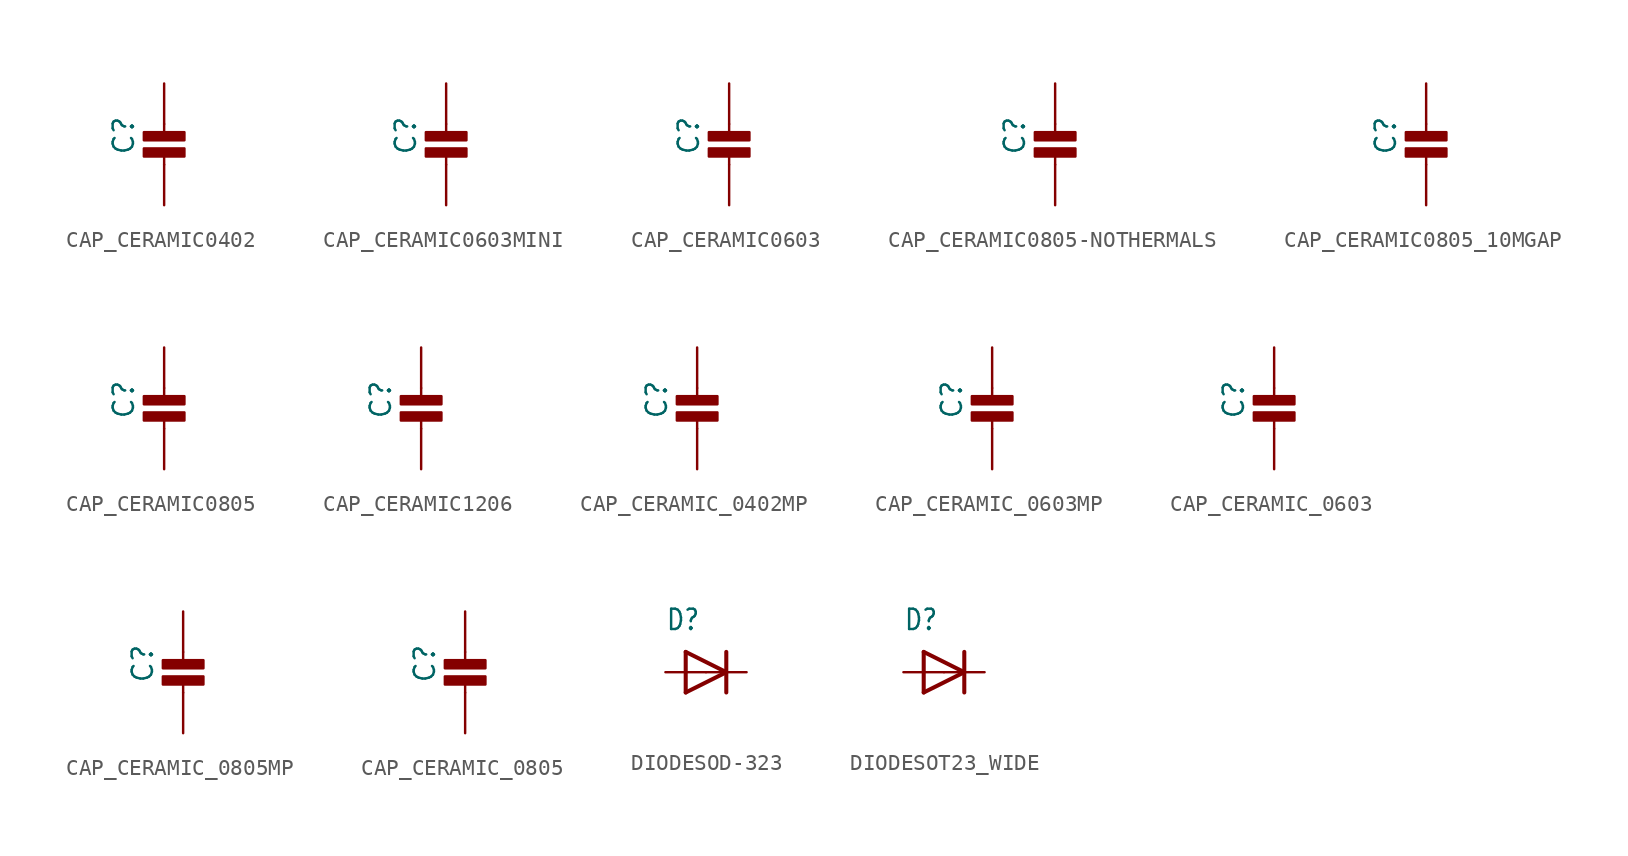
<source format=kicad_sym>
(kicad_symbol_lib
  (version 20231120)
  (generator "kicad_symbol_editor")
  (generator_version "8.0")
  (symbol "CAP_CERAMIC0402"
    (property "Reference" "C"
      (at -1.79 0.54 90)
      (effects (font (size 1.27 1.27)) (justify left bottom)))
    (property "Value" ""
      (at 3 0.54 90)
      (effects (font (size 1.27 1.27)) (justify left bottom)))
    (property "ki_locked" ""
      (at 0 0 0)
      (effects (font (size 1.27 1.27))))
    (symbol "CAP_CERAMIC0402_1_0"
      (rectangle (start -1.27 0.508) (end 1.27 1.016) (stroke (width 0) (type default)) (fill (type outline)))
      (rectangle (start -1.27 1.524) (end 1.27 2.032) (stroke (width 0) (type default)) (fill (type outline)))
      (polyline (pts (xy 0 0.762) (xy 0 0)) (stroke (width 0.152) (type solid)) (fill (type none)))
      (polyline (pts (xy 0 2.54) (xy 0 1.778)) (stroke (width 0.152) (type solid)) (fill (type none)))
      (pin passive line (at 0 5.08 270) (length 2.54) (name "1" (effects (font (size 0 0)))) (number "1" (effects (font (size 0 0)))))
      (pin passive line (at 0 -2.54 90) (length 2.54) (name "2" (effects (font (size 0 0)))) (number "2" (effects (font (size 0 0)))))))
  (symbol "CAP_CERAMIC0603MINI"
    (property "Reference" "C"
      (at -1.79 0.54 90)
      (effects (font (size 1.27 1.27)) (justify left bottom)))
    (property "Value" ""
      (at 3 0.54 90)
      (effects (font (size 1.27 1.27)) (justify left bottom)))
    (property "ki_locked" ""
      (at 0 0 0)
      (effects (font (size 1.27 1.27))))
    (symbol "CAP_CERAMIC0603MINI_1_0"
      (rectangle (start -1.27 0.508) (end 1.27 1.016) (stroke (width 0) (type default)) (fill (type outline)))
      (rectangle (start -1.27 1.524) (end 1.27 2.032) (stroke (width 0) (type default)) (fill (type outline)))
      (polyline (pts (xy 0 0.762) (xy 0 0)) (stroke (width 0.152) (type solid)) (fill (type none)))
      (polyline (pts (xy 0 2.54) (xy 0 1.778)) (stroke (width 0.152) (type solid)) (fill (type none)))
      (pin passive line (at 0 5.08 270) (length 2.54) (name "1" (effects (font (size 0 0)))) (number "1" (effects (font (size 0 0)))))
      (pin passive line (at 0 -2.54 90) (length 2.54) (name "2" (effects (font (size 0 0)))) (number "2" (effects (font (size 0 0)))))))
  (symbol "CAP_CERAMIC0603"
    (property "Reference" "C"
      (at -1.79 0.54 90)
      (effects (font (size 1.27 1.27)) (justify left bottom)))
    (property "Value" ""
      (at 3 0.54 90)
      (effects (font (size 1.27 1.27)) (justify left bottom)))
    (property "ki_locked" ""
      (at 0 0 0)
      (effects (font (size 1.27 1.27))))
    (symbol "CAP_CERAMIC0603_1_0"
      (rectangle (start -1.27 0.508) (end 1.27 1.016) (stroke (width 0) (type default)) (fill (type outline)))
      (rectangle (start -1.27 1.524) (end 1.27 2.032) (stroke (width 0) (type default)) (fill (type outline)))
      (polyline (pts (xy 0 0.762) (xy 0 0)) (stroke (width 0.152) (type solid)) (fill (type none)))
      (polyline (pts (xy 0 2.54) (xy 0 1.778)) (stroke (width 0.152) (type solid)) (fill (type none)))
      (pin passive line (at 0 5.08 270) (length 2.54) (name "1" (effects (font (size 0 0)))) (number "1" (effects (font (size 0 0)))))
      (pin passive line (at 0 -2.54 90) (length 2.54) (name "2" (effects (font (size 0 0)))) (number "2" (effects (font (size 0 0)))))))
  (symbol "CAP_CERAMIC0805-NOTHERMALS"
    (property "Reference" "C"
      (at -1.79 0.54 90)
      (effects (font (size 1.27 1.27)) (justify left bottom)))
    (property "Value" ""
      (at 3 0.54 90)
      (effects (font (size 1.27 1.27)) (justify left bottom)))
    (property "ki_locked" ""
      (at 0 0 0)
      (effects (font (size 1.27 1.27))))
    (symbol "CAP_CERAMIC0805-NOTHERMALS_1_0"
      (rectangle (start -1.27 0.508) (end 1.27 1.016) (stroke (width 0) (type default)) (fill (type outline)))
      (rectangle (start -1.27 1.524) (end 1.27 2.032) (stroke (width 0) (type default)) (fill (type outline)))
      (polyline (pts (xy 0 0.762) (xy 0 0)) (stroke (width 0.152) (type solid)) (fill (type none)))
      (polyline (pts (xy 0 2.54) (xy 0 1.778)) (stroke (width 0.152) (type solid)) (fill (type none)))
      (pin passive line (at 0 5.08 270) (length 2.54) (name "1" (effects (font (size 0 0)))) (number "1" (effects (font (size 0 0)))))
      (pin passive line (at 0 -2.54 90) (length 2.54) (name "2" (effects (font (size 0 0)))) (number "2" (effects (font (size 0 0)))))))
  (symbol "CAP_CERAMIC0805_10MGAP"
    (property "Reference" "C"
      (at -1.79 0.54 90)
      (effects (font (size 1.27 1.27)) (justify left bottom)))
    (property "Value" ""
      (at 3 0.54 90)
      (effects (font (size 1.27 1.27)) (justify left bottom)))
    (property "ki_locked" ""
      (at 0 0 0)
      (effects (font (size 1.27 1.27))))
    (symbol "CAP_CERAMIC0805_10MGAP_1_0"
      (rectangle (start -1.27 0.508) (end 1.27 1.016) (stroke (width 0) (type default)) (fill (type outline)))
      (rectangle (start -1.27 1.524) (end 1.27 2.032) (stroke (width 0) (type default)) (fill (type outline)))
      (polyline (pts (xy 0 0.762) (xy 0 0)) (stroke (width 0.152) (type solid)) (fill (type none)))
      (polyline (pts (xy 0 2.54) (xy 0 1.778)) (stroke (width 0.152) (type solid)) (fill (type none)))
      (pin passive line (at 0 5.08 270) (length 2.54) (name "1" (effects (font (size 0 0)))) (number "1" (effects (font (size 0 0)))))
      (pin passive line (at 0 -2.54 90) (length 2.54) (name "2" (effects (font (size 0 0)))) (number "2" (effects (font (size 0 0)))))))
  (symbol "CAP_CERAMIC0805"
    (property "Reference" "C"
      (at -1.79 0.54 90)
      (effects (font (size 1.27 1.27)) (justify left bottom)))
    (property "Value" ""
      (at 3 0.54 90)
      (effects (font (size 1.27 1.27)) (justify left bottom)))
    (property "ki_locked" ""
      (at 0 0 0)
      (effects (font (size 1.27 1.27))))
    (symbol "CAP_CERAMIC0805_1_0"
      (rectangle (start -1.27 0.508) (end 1.27 1.016) (stroke (width 0) (type default)) (fill (type outline)))
      (rectangle (start -1.27 1.524) (end 1.27 2.032) (stroke (width 0) (type default)) (fill (type outline)))
      (polyline (pts (xy 0 0.762) (xy 0 0)) (stroke (width 0.152) (type solid)) (fill (type none)))
      (polyline (pts (xy 0 2.54) (xy 0 1.778)) (stroke (width 0.152) (type solid)) (fill (type none)))
      (pin passive line (at 0 5.08 270) (length 2.54) (name "1" (effects (font (size 0 0)))) (number "1" (effects (font (size 0 0)))))
      (pin passive line (at 0 -2.54 90) (length 2.54) (name "2" (effects (font (size 0 0)))) (number "2" (effects (font (size 0 0)))))))
  (symbol "CAP_CERAMIC1206"
    (property "Reference" "C"
      (at -1.79 0.54 90)
      (effects (font (size 1.27 1.27)) (justify left bottom)))
    (property "Value" ""
      (at 3 0.54 90)
      (effects (font (size 1.27 1.27)) (justify left bottom)))
    (property "ki_locked" ""
      (at 0 0 0)
      (effects (font (size 1.27 1.27))))
    (symbol "CAP_CERAMIC1206_1_0"
      (rectangle (start -1.27 0.508) (end 1.27 1.016) (stroke (width 0) (type default)) (fill (type outline)))
      (rectangle (start -1.27 1.524) (end 1.27 2.032) (stroke (width 0) (type default)) (fill (type outline)))
      (polyline (pts (xy 0 0.762) (xy 0 0)) (stroke (width 0.152) (type solid)) (fill (type none)))
      (polyline (pts (xy 0 2.54) (xy 0 1.778)) (stroke (width 0.152) (type solid)) (fill (type none)))
      (pin passive line (at 0 5.08 270) (length 2.54) (name "1" (effects (font (size 0 0)))) (number "1" (effects (font (size 0 0)))))
      (pin passive line (at 0 -2.54 90) (length 2.54) (name "2" (effects (font (size 0 0)))) (number "2" (effects (font (size 0 0)))))))
  (symbol "CAP_CERAMIC_0402MP"
    (property "Reference" "C"
      (at -1.79 0.54 90)
      (effects (font (size 1.27 1.27)) (justify left bottom)))
    (property "Value" ""
      (at 3 0.54 90)
      (effects (font (size 1.27 1.27)) (justify left bottom)))
    (property "ki_locked" ""
      (at 0 0 0)
      (effects (font (size 1.27 1.27))))
    (symbol "CAP_CERAMIC_0402MP_1_0"
      (rectangle (start -1.27 0.508) (end 1.27 1.016) (stroke (width 0) (type default)) (fill (type outline)))
      (rectangle (start -1.27 1.524) (end 1.27 2.032) (stroke (width 0) (type default)) (fill (type outline)))
      (polyline (pts (xy 0 0.762) (xy 0 0)) (stroke (width 0.152) (type solid)) (fill (type none)))
      (polyline (pts (xy 0 2.54) (xy 0 1.778)) (stroke (width 0.152) (type solid)) (fill (type none)))
      (pin passive line (at 0 5.08 270) (length 2.54) (name "1" (effects (font (size 0 0)))) (number "1" (effects (font (size 0 0)))))
      (pin passive line (at 0 -2.54 90) (length 2.54) (name "2" (effects (font (size 0 0)))) (number "2" (effects (font (size 0 0)))))))
  (symbol "CAP_CERAMIC_0603MP"
    (property "Reference" "C"
      (at -1.79 0.54 90)
      (effects (font (size 1.27 1.27)) (justify left bottom)))
    (property "Value" ""
      (at 3 0.54 90)
      (effects (font (size 1.27 1.27)) (justify left bottom)))
    (property "ki_locked" ""
      (at 0 0 0)
      (effects (font (size 1.27 1.27))))
    (symbol "CAP_CERAMIC_0603MP_1_0"
      (rectangle (start -1.27 0.508) (end 1.27 1.016) (stroke (width 0) (type default)) (fill (type outline)))
      (rectangle (start -1.27 1.524) (end 1.27 2.032) (stroke (width 0) (type default)) (fill (type outline)))
      (polyline (pts (xy 0 0.762) (xy 0 0)) (stroke (width 0.152) (type solid)) (fill (type none)))
      (polyline (pts (xy 0 2.54) (xy 0 1.778)) (stroke (width 0.152) (type solid)) (fill (type none)))
      (pin passive line (at 0 5.08 270) (length 2.54) (name "1" (effects (font (size 0 0)))) (number "1" (effects (font (size 0 0)))))
      (pin passive line (at 0 -2.54 90) (length 2.54) (name "2" (effects (font (size 0 0)))) (number "2" (effects (font (size 0 0)))))))
  (symbol "CAP_CERAMIC_0603"
    (property "Reference" "C"
      (at -1.79 0.54 90)
      (effects (font (size 1.27 1.27)) (justify left bottom)))
    (property "Value" ""
      (at 3 0.54 90)
      (effects (font (size 1.27 1.27)) (justify left bottom)))
    (property "ki_locked" ""
      (at 0 0 0)
      (effects (font (size 1.27 1.27))))
    (symbol "CAP_CERAMIC_0603_1_0"
      (rectangle (start -1.27 0.508) (end 1.27 1.016) (stroke (width 0) (type default)) (fill (type outline)))
      (rectangle (start -1.27 1.524) (end 1.27 2.032) (stroke (width 0) (type default)) (fill (type outline)))
      (polyline (pts (xy 0 0.762) (xy 0 0)) (stroke (width 0.152) (type solid)) (fill (type none)))
      (polyline (pts (xy 0 2.54) (xy 0 1.778)) (stroke (width 0.152) (type solid)) (fill (type none)))
      (pin passive line (at 0 5.08 270) (length 2.54) (name "1" (effects (font (size 0 0)))) (number "1" (effects (font (size 0 0)))))
      (pin passive line (at 0 -2.54 90) (length 2.54) (name "2" (effects (font (size 0 0)))) (number "2" (effects (font (size 0 0)))))))
  (symbol "CAP_CERAMIC_0805MP"
    (property "Reference" "C"
      (at -1.79 0.54 90)
      (effects (font (size 1.27 1.27)) (justify left bottom)))
    (property "Value" ""
      (at 3 0.54 90)
      (effects (font (size 1.27 1.27)) (justify left bottom)))
    (property "ki_locked" ""
      (at 0 0 0)
      (effects (font (size 1.27 1.27))))
    (symbol "CAP_CERAMIC_0805MP_1_0"
      (rectangle (start -1.27 0.508) (end 1.27 1.016) (stroke (width 0) (type default)) (fill (type outline)))
      (rectangle (start -1.27 1.524) (end 1.27 2.032) (stroke (width 0) (type default)) (fill (type outline)))
      (polyline (pts (xy 0 0.762) (xy 0 0)) (stroke (width 0.152) (type solid)) (fill (type none)))
      (polyline (pts (xy 0 2.54) (xy 0 1.778)) (stroke (width 0.152) (type solid)) (fill (type none)))
      (pin passive line (at 0 5.08 270) (length 2.54) (name "1" (effects (font (size 0 0)))) (number "1" (effects (font (size 0 0)))))
      (pin passive line (at 0 -2.54 90) (length 2.54) (name "2" (effects (font (size 0 0)))) (number "2" (effects (font (size 0 0)))))))
  (symbol "CAP_CERAMIC_0805"
    (property "Reference" "C"
      (at -1.79 0.54 90)
      (effects (font (size 1.27 1.27)) (justify left bottom)))
    (property "Value" ""
      (at 3 0.54 90)
      (effects (font (size 1.27 1.27)) (justify left bottom)))
    (property "ki_locked" ""
      (at 0 0 0)
      (effects (font (size 1.27 1.27))))
    (symbol "CAP_CERAMIC_0805_1_0"
      (rectangle (start -1.27 0.508) (end 1.27 1.016) (stroke (width 0) (type default)) (fill (type outline)))
      (rectangle (start -1.27 1.524) (end 1.27 2.032) (stroke (width 0) (type default)) (fill (type outline)))
      (polyline (pts (xy 0 0.762) (xy 0 0)) (stroke (width 0.152) (type solid)) (fill (type none)))
      (polyline (pts (xy 0 2.54) (xy 0 1.778)) (stroke (width 0.152) (type solid)) (fill (type none)))
      (pin passive line (at 0 5.08 270) (length 2.54) (name "1" (effects (font (size 0 0)))) (number "1" (effects (font (size 0 0)))))
      (pin passive line (at 0 -2.54 90) (length 2.54) (name "2" (effects (font (size 0 0)))) (number "2" (effects (font (size 0 0)))))))
  (symbol "DIODESOD-323"
    (property "Reference" "D"
      (at -2.54 2.54 0)
      (effects (font (size 1.27 1.079)) (justify left bottom)))
    (property "Value" ""
      (at -2.54 -3.81 0)
      (effects (font (size 1.27 1.079)) (justify left bottom)))
    (property "ki_locked" ""
      (at 0 0 0)
      (effects (font (size 1.27 1.27))))
    (symbol "DIODESOD-323_1_0"
      (polyline (pts (xy -1.27 -1.27) (xy 1.27 0)) (stroke (width 0.254) (type solid)) (fill (type none)))
      (polyline (pts (xy -1.27 1.27) (xy -1.27 -1.27)) (stroke (width 0.254) (type solid)) (fill (type none)))
      (polyline (pts (xy 1.27 0) (xy -1.27 1.27)) (stroke (width 0.254) (type solid)) (fill (type none)))
      (polyline (pts (xy 1.27 0) (xy 1.27 -1.27)) (stroke (width 0.254) (type solid)) (fill (type none)))
      (polyline (pts (xy 1.27 1.27) (xy 1.27 0)) (stroke (width 0.254) (type solid)) (fill (type none)))
      (pin passive line (at -2.54 0 0) (length 2.54) (name "A" (effects (font (size 0 0)))) (number "A" (effects (font (size 0 0)))))
      (pin passive line (at 2.54 0 180) (length 2.54) (name "C" (effects (font (size 0 0)))) (number "C" (effects (font (size 0 0)))))))
  (symbol "DIODESOT23_WIDE"
    (property "Reference" "D"
      (at -2.54 2.54 0)
      (effects (font (size 1.27 1.079)) (justify left bottom)))
    (property "Value" ""
      (at -2.54 -3.81 0)
      (effects (font (size 1.27 1.079)) (justify left bottom)))
    (property "ki_locked" ""
      (at 0 0 0)
      (effects (font (size 1.27 1.27))))
    (symbol "DIODESOT23_WIDE_1_0"
      (polyline (pts (xy -1.27 -1.27) (xy 1.27 0)) (stroke (width 0.254) (type solid)) (fill (type none)))
      (polyline (pts (xy -1.27 1.27) (xy -1.27 -1.27)) (stroke (width 0.254) (type solid)) (fill (type none)))
      (polyline (pts (xy 1.27 0) (xy -1.27 1.27)) (stroke (width 0.254) (type solid)) (fill (type none)))
      (polyline (pts (xy 1.27 0) (xy 1.27 -1.27)) (stroke (width 0.254) (type solid)) (fill (type none)))
      (polyline (pts (xy 1.27 1.27) (xy 1.27 0)) (stroke (width 0.254) (type solid)) (fill (type none)))
      (pin passive line (at -2.54 0 0) (length 2.54) (name "A" (effects (font (size 0 0)))) (number "1" (effects (font (size 0 0)))))
      (pin passive line (at 2.54 0 180) (length 2.54) (name "C" (effects (font (size 0 0)))) (number "3" (effects (font (size 0 0))))))))
</source>
